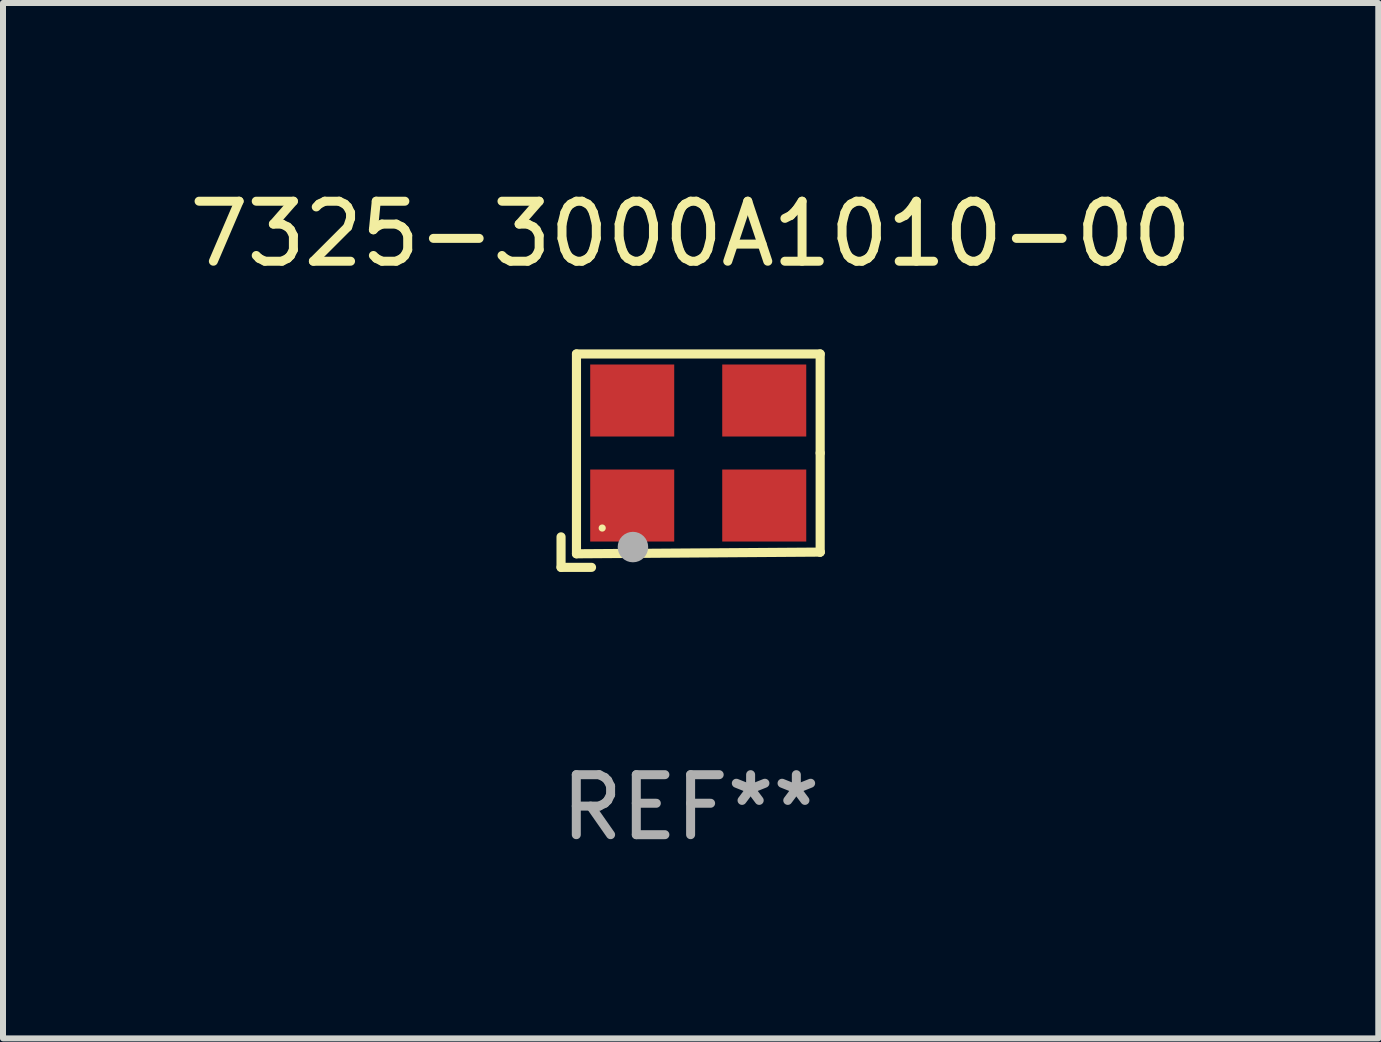
<source format=kicad_pcb>
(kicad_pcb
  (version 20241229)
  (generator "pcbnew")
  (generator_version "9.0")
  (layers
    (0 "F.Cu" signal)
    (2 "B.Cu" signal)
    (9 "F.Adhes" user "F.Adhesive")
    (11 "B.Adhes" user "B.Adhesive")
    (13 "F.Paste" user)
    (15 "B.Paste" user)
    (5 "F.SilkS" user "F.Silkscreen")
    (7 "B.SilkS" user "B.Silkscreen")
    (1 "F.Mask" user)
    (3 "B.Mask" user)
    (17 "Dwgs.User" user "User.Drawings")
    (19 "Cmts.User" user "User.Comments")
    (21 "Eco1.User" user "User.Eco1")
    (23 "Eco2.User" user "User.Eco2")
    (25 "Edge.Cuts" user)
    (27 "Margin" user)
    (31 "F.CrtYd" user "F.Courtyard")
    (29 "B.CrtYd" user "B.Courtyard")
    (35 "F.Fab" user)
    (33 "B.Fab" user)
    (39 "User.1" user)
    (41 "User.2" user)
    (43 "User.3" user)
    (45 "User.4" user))
  (footprint "7325-3000A1010-00"
    (layer "F.Cu")
    (at 8.458 4.626)
    (property "Reference" "7325-3000A1010-00" (at 0 -3.778 0) (layer "F.SilkS") (effects (font (size 1 1) (thickness 0.15))))
    (attr through_hole)
    (fp_line (start -2.159 1.27) (end -2.159 1.778) (stroke (width 0.152) (type solid)) (layer "F.SilkS"))
    (fp_line (start -2.159 1.778) (end -1.651 1.778) (stroke (width 0.152) (type solid)) (layer "F.SilkS"))
    (fp_line (start -1.902 -1.778) (end 2.159 -1.778) (stroke (width 0.152) (type solid)) (layer "F.SilkS"))
    (fp_line (start -1.902 1.552) (end -1.902 -1.778) (stroke (width 0.152) (type solid)) (layer "F.SilkS"))
    (fp_line (start 2.159 -1.778) (end 2.159 -0.127) (stroke (width 0.152) (type solid)) (layer "F.SilkS"))
    (fp_line (start 2.159 -0.127) (end 2.159 1.524) (stroke (width 0.152) (type solid)) (layer "F.SilkS"))
    (fp_line (start 2.159 1.524) (end -1.902 1.552) (stroke (width 0.152) (type solid)) (layer "F.SilkS"))
    (fp_line (start 2.159 1.524) (end 2.159 1.524) (stroke (width 0.152) (type solid)) (layer "F.SilkS"))
    (fp_circle (center -1.473 1.123) (end -1.443 1.123) (stroke (width 0.06) (type solid)) (fill no) (layer "F.SilkS"))
    (fp_circle (center -0.961 1.44) (end -0.834 1.44) (stroke (width 0.254) (type solid)) (fill no) (layer "F.Fab"))
    (fp_text user "REF**" (at 0 5.778 0) (layer "F.Fab") (effects (font (size 1 1) (thickness 0.15))))
    (pad "1" smd rect (at -0.973 0.748) (size 1.4 1.2) (layers "F.Cu" "F.Mask" "F.Paste"))
    (pad "2" smd rect (at 1.227 0.748) (size 1.4 1.2) (layers "F.Cu" "F.Mask" "F.Paste"))
    (pad "3" smd rect (at 1.227 -1.002) (size 1.4 1.2) (layers "F.Cu" "F.Mask" "F.Paste"))
    (pad "4" smd rect (at -0.973 -1.002) (size 1.4 1.2) (layers "F.Cu" "F.Mask" "F.Paste")))
  (gr_rect
    (start -3 -3)
    (end 19.917 14.253)
    (stroke (width 0.1) (type default))
    (fill no)
    (layer "Edge.Cuts")))
</source>
